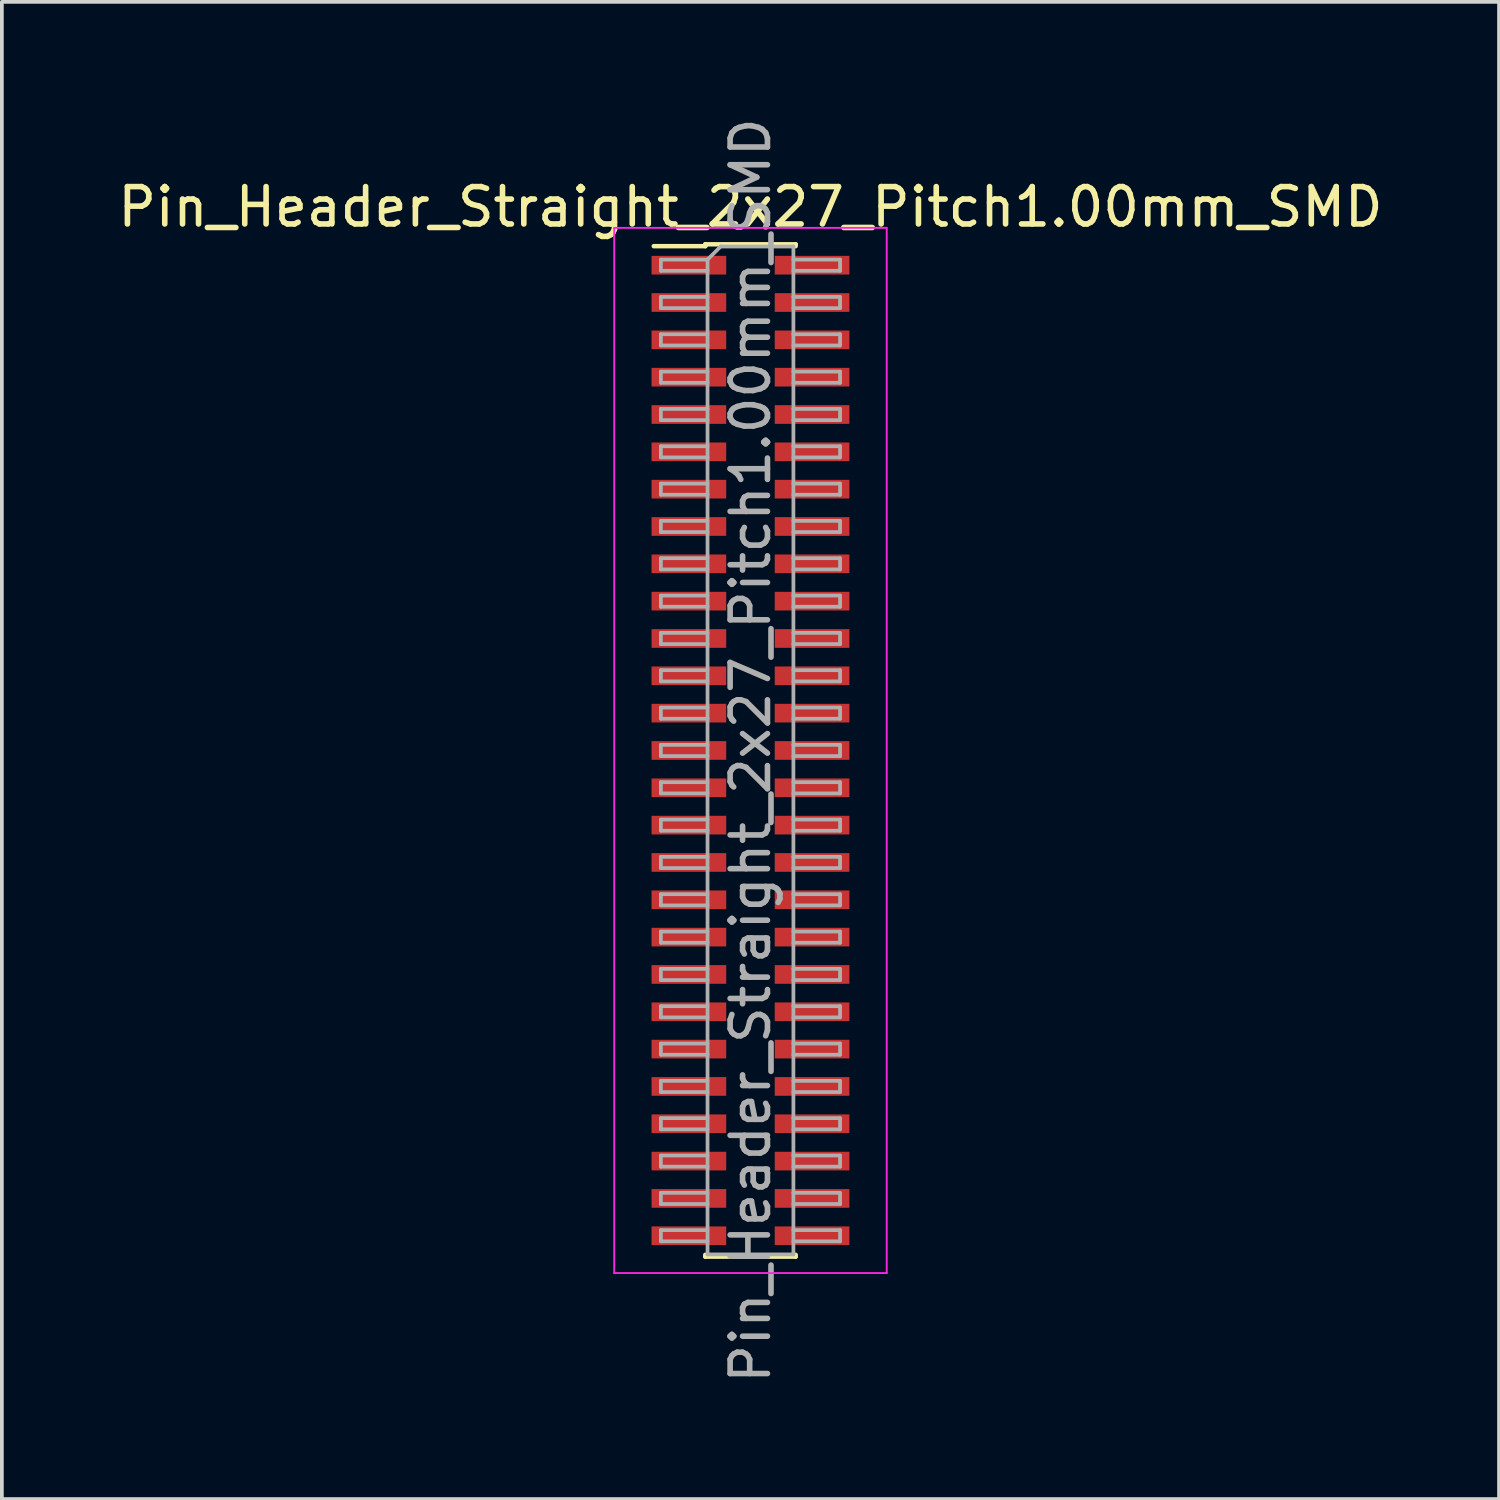
<source format=kicad_pcb>
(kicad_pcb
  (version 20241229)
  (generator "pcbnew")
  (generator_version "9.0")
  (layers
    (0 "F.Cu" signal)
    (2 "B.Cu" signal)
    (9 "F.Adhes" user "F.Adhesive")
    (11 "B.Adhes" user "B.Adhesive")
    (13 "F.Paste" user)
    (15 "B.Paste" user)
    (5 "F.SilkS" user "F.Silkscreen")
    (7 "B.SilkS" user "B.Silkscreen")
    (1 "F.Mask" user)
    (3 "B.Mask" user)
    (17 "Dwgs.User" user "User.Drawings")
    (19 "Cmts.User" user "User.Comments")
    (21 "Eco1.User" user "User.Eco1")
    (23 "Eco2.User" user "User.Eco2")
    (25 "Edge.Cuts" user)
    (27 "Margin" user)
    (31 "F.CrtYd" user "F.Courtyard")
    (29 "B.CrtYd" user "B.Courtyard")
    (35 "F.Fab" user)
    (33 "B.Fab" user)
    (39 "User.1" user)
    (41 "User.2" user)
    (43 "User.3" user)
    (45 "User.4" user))
  (footprint "Pin_Header_Straight_2x27_Pitch1.00mm_SMD"
    (layer "F.Cu")
    (at 17.054 17.054)
    (property "Reference" "Pin_Header_Straight_2x27_Pitch1.00mm_SMD" (at 0 -14.56 0) (layer "F.SilkS") (effects (font (size 1 1) (thickness 0.15))))
    (attr smd)
    (fp_line (start -2.59 -13.51) (end -1.21 -13.51) (stroke (width 0.12) (type solid)) (layer "F.SilkS"))
    (fp_line (start -1.21 -13.56) (end -1.21 -13.51) (stroke (width 0.12) (type solid)) (layer "F.SilkS"))
    (fp_line (start -1.21 -13.56) (end 1.21 -13.56) (stroke (width 0.12) (type solid)) (layer "F.SilkS"))
    (fp_line (start -1.21 13.51) (end -1.21 13.56) (stroke (width 0.12) (type solid)) (layer "F.SilkS"))
    (fp_line (start -1.21 13.56) (end 1.21 13.56) (stroke (width 0.12) (type solid)) (layer "F.SilkS"))
    (fp_line (start 1.21 -13.56) (end 1.21 -13.51) (stroke (width 0.12) (type solid)) (layer "F.SilkS"))
    (fp_line (start 1.21 13.51) (end 1.21 13.56) (stroke (width 0.12) (type solid)) (layer "F.SilkS"))
    (fp_line (start -3.65 -14) (end -3.65 14) (stroke (width 0.05) (type solid)) (layer "F.CrtYd"))
    (fp_line (start -3.65 14) (end 3.65 14) (stroke (width 0.05) (type solid)) (layer "F.CrtYd"))
    (fp_line (start 3.65 -14) (end -3.65 -14) (stroke (width 0.05) (type solid)) (layer "F.CrtYd"))
    (fp_line (start 3.65 14) (end 3.65 -14) (stroke (width 0.05) (type solid)) (layer "F.CrtYd"))
    (fp_line (start -2.4 -13.15) (end -2.4 -12.85) (stroke (width 0.1) (type solid)) (layer "F.Fab"))
    (fp_line (start -2.4 -12.85) (end -1.15 -12.85) (stroke (width 0.1) (type solid)) (layer "F.Fab"))
    (fp_line (start -2.4 -12.15) (end -2.4 -11.85) (stroke (width 0.1) (type solid)) (layer "F.Fab"))
    (fp_line (start -2.4 -11.85) (end -1.15 -11.85) (stroke (width 0.1) (type solid)) (layer "F.Fab"))
    (fp_line (start -2.4 -11.15) (end -2.4 -10.85) (stroke (width 0.1) (type solid)) (layer "F.Fab"))
    (fp_line (start -2.4 -10.85) (end -1.15 -10.85) (stroke (width 0.1) (type solid)) (layer "F.Fab"))
    (fp_line (start -2.4 -10.15) (end -2.4 -9.85) (stroke (width 0.1) (type solid)) (layer "F.Fab"))
    (fp_line (start -2.4 -9.85) (end -1.15 -9.85) (stroke (width 0.1) (type solid)) (layer "F.Fab"))
    (fp_line (start -2.4 -9.15) (end -2.4 -8.85) (stroke (width 0.1) (type solid)) (layer "F.Fab"))
    (fp_line (start -2.4 -8.85) (end -1.15 -8.85) (stroke (width 0.1) (type solid)) (layer "F.Fab"))
    (fp_line (start -2.4 -8.15) (end -2.4 -7.85) (stroke (width 0.1) (type solid)) (layer "F.Fab"))
    (fp_line (start -2.4 -7.85) (end -1.15 -7.85) (stroke (width 0.1) (type solid)) (layer "F.Fab"))
    (fp_line (start -2.4 -7.15) (end -2.4 -6.85) (stroke (width 0.1) (type solid)) (layer "F.Fab"))
    (fp_line (start -2.4 -6.85) (end -1.15 -6.85) (stroke (width 0.1) (type solid)) (layer "F.Fab"))
    (fp_line (start -2.4 -6.15) (end -2.4 -5.85) (stroke (width 0.1) (type solid)) (layer "F.Fab"))
    (fp_line (start -2.4 -5.85) (end -1.15 -5.85) (stroke (width 0.1) (type solid)) (layer "F.Fab"))
    (fp_line (start -2.4 -5.15) (end -2.4 -4.85) (stroke (width 0.1) (type solid)) (layer "F.Fab"))
    (fp_line (start -2.4 -4.85) (end -1.15 -4.85) (stroke (width 0.1) (type solid)) (layer "F.Fab"))
    (fp_line (start -2.4 -4.15) (end -2.4 -3.85) (stroke (width 0.1) (type solid)) (layer "F.Fab"))
    (fp_line (start -2.4 -3.85) (end -1.15 -3.85) (stroke (width 0.1) (type solid)) (layer "F.Fab"))
    (fp_line (start -2.4 -3.15) (end -2.4 -2.85) (stroke (width 0.1) (type solid)) (layer "F.Fab"))
    (fp_line (start -2.4 -2.85) (end -1.15 -2.85) (stroke (width 0.1) (type solid)) (layer "F.Fab"))
    (fp_line (start -2.4 -2.15) (end -2.4 -1.85) (stroke (width 0.1) (type solid)) (layer "F.Fab"))
    (fp_line (start -2.4 -1.85) (end -1.15 -1.85) (stroke (width 0.1) (type solid)) (layer "F.Fab"))
    (fp_line (start -2.4 -1.15) (end -2.4 -0.85) (stroke (width 0.1) (type solid)) (layer "F.Fab"))
    (fp_line (start -2.4 -0.85) (end -1.15 -0.85) (stroke (width 0.1) (type solid)) (layer "F.Fab"))
    (fp_line (start -2.4 -0.15) (end -2.4 0.15) (stroke (width 0.1) (type solid)) (layer "F.Fab"))
    (fp_line (start -2.4 0.15) (end -1.15 0.15) (stroke (width 0.1) (type solid)) (layer "F.Fab"))
    (fp_line (start -2.4 0.85) (end -2.4 1.15) (stroke (width 0.1) (type solid)) (layer "F.Fab"))
    (fp_line (start -2.4 1.15) (end -1.15 1.15) (stroke (width 0.1) (type solid)) (layer "F.Fab"))
    (fp_line (start -2.4 1.85) (end -2.4 2.15) (stroke (width 0.1) (type solid)) (layer "F.Fab"))
    (fp_line (start -2.4 2.15) (end -1.15 2.15) (stroke (width 0.1) (type solid)) (layer "F.Fab"))
    (fp_line (start -2.4 2.85) (end -2.4 3.15) (stroke (width 0.1) (type solid)) (layer "F.Fab"))
    (fp_line (start -2.4 3.15) (end -1.15 3.15) (stroke (width 0.1) (type solid)) (layer "F.Fab"))
    (fp_line (start -2.4 3.85) (end -2.4 4.15) (stroke (width 0.1) (type solid)) (layer "F.Fab"))
    (fp_line (start -2.4 4.15) (end -1.15 4.15) (stroke (width 0.1) (type solid)) (layer "F.Fab"))
    (fp_line (start -2.4 4.85) (end -2.4 5.15) (stroke (width 0.1) (type solid)) (layer "F.Fab"))
    (fp_line (start -2.4 5.15) (end -1.15 5.15) (stroke (width 0.1) (type solid)) (layer "F.Fab"))
    (fp_line (start -2.4 5.85) (end -2.4 6.15) (stroke (width 0.1) (type solid)) (layer "F.Fab"))
    (fp_line (start -2.4 6.15) (end -1.15 6.15) (stroke (width 0.1) (type solid)) (layer "F.Fab"))
    (fp_line (start -2.4 6.85) (end -2.4 7.15) (stroke (width 0.1) (type solid)) (layer "F.Fab"))
    (fp_line (start -2.4 7.15) (end -1.15 7.15) (stroke (width 0.1) (type solid)) (layer "F.Fab"))
    (fp_line (start -2.4 7.85) (end -2.4 8.15) (stroke (width 0.1) (type solid)) (layer "F.Fab"))
    (fp_line (start -2.4 8.15) (end -1.15 8.15) (stroke (width 0.1) (type solid)) (layer "F.Fab"))
    (fp_line (start -2.4 8.85) (end -2.4 9.15) (stroke (width 0.1) (type solid)) (layer "F.Fab"))
    (fp_line (start -2.4 9.15) (end -1.15 9.15) (stroke (width 0.1) (type solid)) (layer "F.Fab"))
    (fp_line (start -2.4 9.85) (end -2.4 10.15) (stroke (width 0.1) (type solid)) (layer "F.Fab"))
    (fp_line (start -2.4 10.15) (end -1.15 10.15) (stroke (width 0.1) (type solid)) (layer "F.Fab"))
    (fp_line (start -2.4 10.85) (end -2.4 11.15) (stroke (width 0.1) (type solid)) (layer "F.Fab"))
    (fp_line (start -2.4 11.15) (end -1.15 11.15) (stroke (width 0.1) (type solid)) (layer "F.Fab"))
    (fp_line (start -2.4 11.85) (end -2.4 12.15) (stroke (width 0.1) (type solid)) (layer "F.Fab"))
    (fp_line (start -2.4 12.15) (end -1.15 12.15) (stroke (width 0.1) (type solid)) (layer "F.Fab"))
    (fp_line (start -2.4 12.85) (end -2.4 13.15) (stroke (width 0.1) (type solid)) (layer "F.Fab"))
    (fp_line (start -2.4 13.15) (end -1.15 13.15) (stroke (width 0.1) (type solid)) (layer "F.Fab"))
    (fp_line (start -1.15 -13.15) (end -2.4 -13.15) (stroke (width 0.1) (type solid)) (layer "F.Fab"))
    (fp_line (start -1.15 -13.15) (end -0.8 -13.5) (stroke (width 0.1) (type solid)) (layer "F.Fab"))
    (fp_line (start -1.15 -12.15) (end -2.4 -12.15) (stroke (width 0.1) (type solid)) (layer "F.Fab"))
    (fp_line (start -1.15 -11.15) (end -2.4 -11.15) (stroke (width 0.1) (type solid)) (layer "F.Fab"))
    (fp_line (start -1.15 -10.15) (end -2.4 -10.15) (stroke (width 0.1) (type solid)) (layer "F.Fab"))
    (fp_line (start -1.15 -9.15) (end -2.4 -9.15) (stroke (width 0.1) (type solid)) (layer "F.Fab"))
    (fp_line (start -1.15 -8.15) (end -2.4 -8.15) (stroke (width 0.1) (type solid)) (layer "F.Fab"))
    (fp_line (start -1.15 -7.15) (end -2.4 -7.15) (stroke (width 0.1) (type solid)) (layer "F.Fab"))
    (fp_line (start -1.15 -6.15) (end -2.4 -6.15) (stroke (width 0.1) (type solid)) (layer "F.Fab"))
    (fp_line (start -1.15 -5.15) (end -2.4 -5.15) (stroke (width 0.1) (type solid)) (layer "F.Fab"))
    (fp_line (start -1.15 -4.15) (end -2.4 -4.15) (stroke (width 0.1) (type solid)) (layer "F.Fab"))
    (fp_line (start -1.15 -3.15) (end -2.4 -3.15) (stroke (width 0.1) (type solid)) (layer "F.Fab"))
    (fp_line (start -1.15 -2.15) (end -2.4 -2.15) (stroke (width 0.1) (type solid)) (layer "F.Fab"))
    (fp_line (start -1.15 -1.15) (end -2.4 -1.15) (stroke (width 0.1) (type solid)) (layer "F.Fab"))
    (fp_line (start -1.15 -0.15) (end -2.4 -0.15) (stroke (width 0.1) (type solid)) (layer "F.Fab"))
    (fp_line (start -1.15 0.85) (end -2.4 0.85) (stroke (width 0.1) (type solid)) (layer "F.Fab"))
    (fp_line (start -1.15 1.85) (end -2.4 1.85) (stroke (width 0.1) (type solid)) (layer "F.Fab"))
    (fp_line (start -1.15 2.85) (end -2.4 2.85) (stroke (width 0.1) (type solid)) (layer "F.Fab"))
    (fp_line (start -1.15 3.85) (end -2.4 3.85) (stroke (width 0.1) (type solid)) (layer "F.Fab"))
    (fp_line (start -1.15 4.85) (end -2.4 4.85) (stroke (width 0.1) (type solid)) (layer "F.Fab"))
    (fp_line (start -1.15 5.85) (end -2.4 5.85) (stroke (width 0.1) (type solid)) (layer "F.Fab"))
    (fp_line (start -1.15 6.85) (end -2.4 6.85) (stroke (width 0.1) (type solid)) (layer "F.Fab"))
    (fp_line (start -1.15 7.85) (end -2.4 7.85) (stroke (width 0.1) (type solid)) (layer "F.Fab"))
    (fp_line (start -1.15 8.85) (end -2.4 8.85) (stroke (width 0.1) (type solid)) (layer "F.Fab"))
    (fp_line (start -1.15 9.85) (end -2.4 9.85) (stroke (width 0.1) (type solid)) (layer "F.Fab"))
    (fp_line (start -1.15 10.85) (end -2.4 10.85) (stroke (width 0.1) (type solid)) (layer "F.Fab"))
    (fp_line (start -1.15 11.85) (end -2.4 11.85) (stroke (width 0.1) (type solid)) (layer "F.Fab"))
    (fp_line (start -1.15 12.85) (end -2.4 12.85) (stroke (width 0.1) (type solid)) (layer "F.Fab"))
    (fp_line (start -1.15 13.5) (end -1.15 -13.15) (stroke (width 0.1) (type solid)) (layer "F.Fab"))
    (fp_line (start -0.8 -13.5) (end 1.15 -13.5) (stroke (width 0.1) (type solid)) (layer "F.Fab"))
    (fp_line (start 1.15 -13.5) (end 1.15 13.5) (stroke (width 0.1) (type solid)) (layer "F.Fab"))
    (fp_line (start 1.15 -13.15) (end 2.4 -13.15) (stroke (width 0.1) (type solid)) (layer "F.Fab"))
    (fp_line (start 1.15 -12.15) (end 2.4 -12.15) (stroke (width 0.1) (type solid)) (layer "F.Fab"))
    (fp_line (start 1.15 -11.15) (end 2.4 -11.15) (stroke (width 0.1) (type solid)) (layer "F.Fab"))
    (fp_line (start 1.15 -10.15) (end 2.4 -10.15) (stroke (width 0.1) (type solid)) (layer "F.Fab"))
    (fp_line (start 1.15 -9.15) (end 2.4 -9.15) (stroke (width 0.1) (type solid)) (layer "F.Fab"))
    (fp_line (start 1.15 -8.15) (end 2.4 -8.15) (stroke (width 0.1) (type solid)) (layer "F.Fab"))
    (fp_line (start 1.15 -7.15) (end 2.4 -7.15) (stroke (width 0.1) (type solid)) (layer "F.Fab"))
    (fp_line (start 1.15 -6.15) (end 2.4 -6.15) (stroke (width 0.1) (type solid)) (layer "F.Fab"))
    (fp_line (start 1.15 -5.15) (end 2.4 -5.15) (stroke (width 0.1) (type solid)) (layer "F.Fab"))
    (fp_line (start 1.15 -4.15) (end 2.4 -4.15) (stroke (width 0.1) (type solid)) (layer "F.Fab"))
    (fp_line (start 1.15 -3.15) (end 2.4 -3.15) (stroke (width 0.1) (type solid)) (layer "F.Fab"))
    (fp_line (start 1.15 -2.15) (end 2.4 -2.15) (stroke (width 0.1) (type solid)) (layer "F.Fab"))
    (fp_line (start 1.15 -1.15) (end 2.4 -1.15) (stroke (width 0.1) (type solid)) (layer "F.Fab"))
    (fp_line (start 1.15 -0.15) (end 2.4 -0.15) (stroke (width 0.1) (type solid)) (layer "F.Fab"))
    (fp_line (start 1.15 0.85) (end 2.4 0.85) (stroke (width 0.1) (type solid)) (layer "F.Fab"))
    (fp_line (start 1.15 1.85) (end 2.4 1.85) (stroke (width 0.1) (type solid)) (layer "F.Fab"))
    (fp_line (start 1.15 2.85) (end 2.4 2.85) (stroke (width 0.1) (type solid)) (layer "F.Fab"))
    (fp_line (start 1.15 3.85) (end 2.4 3.85) (stroke (width 0.1) (type solid)) (layer "F.Fab"))
    (fp_line (start 1.15 4.85) (end 2.4 4.85) (stroke (width 0.1) (type solid)) (layer "F.Fab"))
    (fp_line (start 1.15 5.85) (end 2.4 5.85) (stroke (width 0.1) (type solid)) (layer "F.Fab"))
    (fp_line (start 1.15 6.85) (end 2.4 6.85) (stroke (width 0.1) (type solid)) (layer "F.Fab"))
    (fp_line (start 1.15 7.85) (end 2.4 7.85) (stroke (width 0.1) (type solid)) (layer "F.Fab"))
    (fp_line (start 1.15 8.85) (end 2.4 8.85) (stroke (width 0.1) (type solid)) (layer "F.Fab"))
    (fp_line (start 1.15 9.85) (end 2.4 9.85) (stroke (width 0.1) (type solid)) (layer "F.Fab"))
    (fp_line (start 1.15 10.85) (end 2.4 10.85) (stroke (width 0.1) (type solid)) (layer "F.Fab"))
    (fp_line (start 1.15 11.85) (end 2.4 11.85) (stroke (width 0.1) (type solid)) (layer "F.Fab"))
    (fp_line (start 1.15 12.85) (end 2.4 12.85) (stroke (width 0.1) (type solid)) (layer "F.Fab"))
    (fp_line (start 1.15 13.5) (end -1.15 13.5) (stroke (width 0.1) (type solid)) (layer "F.Fab"))
    (fp_line (start 2.4 -13.15) (end 2.4 -12.85) (stroke (width 0.1) (type solid)) (layer "F.Fab"))
    (fp_line (start 2.4 -12.85) (end 1.15 -12.85) (stroke (width 0.1) (type solid)) (layer "F.Fab"))
    (fp_line (start 2.4 -12.15) (end 2.4 -11.85) (stroke (width 0.1) (type solid)) (layer "F.Fab"))
    (fp_line (start 2.4 -11.85) (end 1.15 -11.85) (stroke (width 0.1) (type solid)) (layer "F.Fab"))
    (fp_line (start 2.4 -11.15) (end 2.4 -10.85) (stroke (width 0.1) (type solid)) (layer "F.Fab"))
    (fp_line (start 2.4 -10.85) (end 1.15 -10.85) (stroke (width 0.1) (type solid)) (layer "F.Fab"))
    (fp_line (start 2.4 -10.15) (end 2.4 -9.85) (stroke (width 0.1) (type solid)) (layer "F.Fab"))
    (fp_line (start 2.4 -9.85) (end 1.15 -9.85) (stroke (width 0.1) (type solid)) (layer "F.Fab"))
    (fp_line (start 2.4 -9.15) (end 2.4 -8.85) (stroke (width 0.1) (type solid)) (layer "F.Fab"))
    (fp_line (start 2.4 -8.85) (end 1.15 -8.85) (stroke (width 0.1) (type solid)) (layer "F.Fab"))
    (fp_line (start 2.4 -8.15) (end 2.4 -7.85) (stroke (width 0.1) (type solid)) (layer "F.Fab"))
    (fp_line (start 2.4 -7.85) (end 1.15 -7.85) (stroke (width 0.1) (type solid)) (layer "F.Fab"))
    (fp_line (start 2.4 -7.15) (end 2.4 -6.85) (stroke (width 0.1) (type solid)) (layer "F.Fab"))
    (fp_line (start 2.4 -6.85) (end 1.15 -6.85) (stroke (width 0.1) (type solid)) (layer "F.Fab"))
    (fp_line (start 2.4 -6.15) (end 2.4 -5.85) (stroke (width 0.1) (type solid)) (layer "F.Fab"))
    (fp_line (start 2.4 -5.85) (end 1.15 -5.85) (stroke (width 0.1) (type solid)) (layer "F.Fab"))
    (fp_line (start 2.4 -5.15) (end 2.4 -4.85) (stroke (width 0.1) (type solid)) (layer "F.Fab"))
    (fp_line (start 2.4 -4.85) (end 1.15 -4.85) (stroke (width 0.1) (type solid)) (layer "F.Fab"))
    (fp_line (start 2.4 -4.15) (end 2.4 -3.85) (stroke (width 0.1) (type solid)) (layer "F.Fab"))
    (fp_line (start 2.4 -3.85) (end 1.15 -3.85) (stroke (width 0.1) (type solid)) (layer "F.Fab"))
    (fp_line (start 2.4 -3.15) (end 2.4 -2.85) (stroke (width 0.1) (type solid)) (layer "F.Fab"))
    (fp_line (start 2.4 -2.85) (end 1.15 -2.85) (stroke (width 0.1) (type solid)) (layer "F.Fab"))
    (fp_line (start 2.4 -2.15) (end 2.4 -1.85) (stroke (width 0.1) (type solid)) (layer "F.Fab"))
    (fp_line (start 2.4 -1.85) (end 1.15 -1.85) (stroke (width 0.1) (type solid)) (layer "F.Fab"))
    (fp_line (start 2.4 -1.15) (end 2.4 -0.85) (stroke (width 0.1) (type solid)) (layer "F.Fab"))
    (fp_line (start 2.4 -0.85) (end 1.15 -0.85) (stroke (width 0.1) (type solid)) (layer "F.Fab"))
    (fp_line (start 2.4 -0.15) (end 2.4 0.15) (stroke (width 0.1) (type solid)) (layer "F.Fab"))
    (fp_line (start 2.4 0.15) (end 1.15 0.15) (stroke (width 0.1) (type solid)) (layer "F.Fab"))
    (fp_line (start 2.4 0.85) (end 2.4 1.15) (stroke (width 0.1) (type solid)) (layer "F.Fab"))
    (fp_line (start 2.4 1.15) (end 1.15 1.15) (stroke (width 0.1) (type solid)) (layer "F.Fab"))
    (fp_line (start 2.4 1.85) (end 2.4 2.15) (stroke (width 0.1) (type solid)) (layer "F.Fab"))
    (fp_line (start 2.4 2.15) (end 1.15 2.15) (stroke (width 0.1) (type solid)) (layer "F.Fab"))
    (fp_line (start 2.4 2.85) (end 2.4 3.15) (stroke (width 0.1) (type solid)) (layer "F.Fab"))
    (fp_line (start 2.4 3.15) (end 1.15 3.15) (stroke (width 0.1) (type solid)) (layer "F.Fab"))
    (fp_line (start 2.4 3.85) (end 2.4 4.15) (stroke (width 0.1) (type solid)) (layer "F.Fab"))
    (fp_line (start 2.4 4.15) (end 1.15 4.15) (stroke (width 0.1) (type solid)) (layer "F.Fab"))
    (fp_line (start 2.4 4.85) (end 2.4 5.15) (stroke (width 0.1) (type solid)) (layer "F.Fab"))
    (fp_line (start 2.4 5.15) (end 1.15 5.15) (stroke (width 0.1) (type solid)) (layer "F.Fab"))
    (fp_line (start 2.4 5.85) (end 2.4 6.15) (stroke (width 0.1) (type solid)) (layer "F.Fab"))
    (fp_line (start 2.4 6.15) (end 1.15 6.15) (stroke (width 0.1) (type solid)) (layer "F.Fab"))
    (fp_line (start 2.4 6.85) (end 2.4 7.15) (stroke (width 0.1) (type solid)) (layer "F.Fab"))
    (fp_line (start 2.4 7.15) (end 1.15 7.15) (stroke (width 0.1) (type solid)) (layer "F.Fab"))
    (fp_line (start 2.4 7.85) (end 2.4 8.15) (stroke (width 0.1) (type solid)) (layer "F.Fab"))
    (fp_line (start 2.4 8.15) (end 1.15 8.15) (stroke (width 0.1) (type solid)) (layer "F.Fab"))
    (fp_line (start 2.4 8.85) (end 2.4 9.15) (stroke (width 0.1) (type solid)) (layer "F.Fab"))
    (fp_line (start 2.4 9.15) (end 1.15 9.15) (stroke (width 0.1) (type solid)) (layer "F.Fab"))
    (fp_line (start 2.4 9.85) (end 2.4 10.15) (stroke (width 0.1) (type solid)) (layer "F.Fab"))
    (fp_line (start 2.4 10.15) (end 1.15 10.15) (stroke (width 0.1) (type solid)) (layer "F.Fab"))
    (fp_line (start 2.4 10.85) (end 2.4 11.15) (stroke (width 0.1) (type solid)) (layer "F.Fab"))
    (fp_line (start 2.4 11.15) (end 1.15 11.15) (stroke (width 0.1) (type solid)) (layer "F.Fab"))
    (fp_line (start 2.4 11.85) (end 2.4 12.15) (stroke (width 0.1) (type solid)) (layer "F.Fab"))
    (fp_line (start 2.4 12.15) (end 1.15 12.15) (stroke (width 0.1) (type solid)) (layer "F.Fab"))
    (fp_line (start 2.4 12.85) (end 2.4 13.15) (stroke (width 0.1) (type solid)) (layer "F.Fab"))
    (fp_line (start 2.4 13.15) (end 1.15 13.15) (stroke (width 0.1) (type solid)) (layer "F.Fab"))
    (fp_text user "${REFERENCE}" (at 0 0 90) (layer "F.Fab") (effects (font (size 1 1) (thickness 0.15))))
    (pad "1" smd rect (at -1.65 -13) (size 2 0.5) (layers "F.Cu" "F.Mask" "F.Paste"))
    (pad "2" smd rect (at 1.65 -13) (size 2 0.5) (layers "F.Cu" "F.Mask" "F.Paste"))
    (pad "3" smd rect (at -1.65 -12) (size 2 0.5) (layers "F.Cu" "F.Mask" "F.Paste"))
    (pad "4" smd rect (at 1.65 -12) (size 2 0.5) (layers "F.Cu" "F.Mask" "F.Paste"))
    (pad "5" smd rect (at -1.65 -11) (size 2 0.5) (layers "F.Cu" "F.Mask" "F.Paste"))
    (pad "6" smd rect (at 1.65 -11) (size 2 0.5) (layers "F.Cu" "F.Mask" "F.Paste"))
    (pad "7" smd rect (at -1.65 -10) (size 2 0.5) (layers "F.Cu" "F.Mask" "F.Paste"))
    (pad "8" smd rect (at 1.65 -10) (size 2 0.5) (layers "F.Cu" "F.Mask" "F.Paste"))
    (pad "9" smd rect (at -1.65 -9) (size 2 0.5) (layers "F.Cu" "F.Mask" "F.Paste"))
    (pad "10" smd rect (at 1.65 -9) (size 2 0.5) (layers "F.Cu" "F.Mask" "F.Paste"))
    (pad "11" smd rect (at -1.65 -8) (size 2 0.5) (layers "F.Cu" "F.Mask" "F.Paste"))
    (pad "12" smd rect (at 1.65 -8) (size 2 0.5) (layers "F.Cu" "F.Mask" "F.Paste"))
    (pad "13" smd rect (at -1.65 -7) (size 2 0.5) (layers "F.Cu" "F.Mask" "F.Paste"))
    (pad "14" smd rect (at 1.65 -7) (size 2 0.5) (layers "F.Cu" "F.Mask" "F.Paste"))
    (pad "15" smd rect (at -1.65 -6) (size 2 0.5) (layers "F.Cu" "F.Mask" "F.Paste"))
    (pad "16" smd rect (at 1.65 -6) (size 2 0.5) (layers "F.Cu" "F.Mask" "F.Paste"))
    (pad "17" smd rect (at -1.65 -5) (size 2 0.5) (layers "F.Cu" "F.Mask" "F.Paste"))
    (pad "18" smd rect (at 1.65 -5) (size 2 0.5) (layers "F.Cu" "F.Mask" "F.Paste"))
    (pad "19" smd rect (at -1.65 -4) (size 2 0.5) (layers "F.Cu" "F.Mask" "F.Paste"))
    (pad "20" smd rect (at 1.65 -4) (size 2 0.5) (layers "F.Cu" "F.Mask" "F.Paste"))
    (pad "21" smd rect (at -1.65 -3) (size 2 0.5) (layers "F.Cu" "F.Mask" "F.Paste"))
    (pad "22" smd rect (at 1.65 -3) (size 2 0.5) (layers "F.Cu" "F.Mask" "F.Paste"))
    (pad "23" smd rect (at -1.65 -2) (size 2 0.5) (layers "F.Cu" "F.Mask" "F.Paste"))
    (pad "24" smd rect (at 1.65 -2) (size 2 0.5) (layers "F.Cu" "F.Mask" "F.Paste"))
    (pad "25" smd rect (at -1.65 -1) (size 2 0.5) (layers "F.Cu" "F.Mask" "F.Paste"))
    (pad "26" smd rect (at 1.65 -1) (size 2 0.5) (layers "F.Cu" "F.Mask" "F.Paste"))
    (pad "27" smd rect (at -1.65 0) (size 2 0.5) (layers "F.Cu" "F.Mask" "F.Paste"))
    (pad "28" smd rect (at 1.65 0) (size 2 0.5) (layers "F.Cu" "F.Mask" "F.Paste"))
    (pad "29" smd rect (at -1.65 1) (size 2 0.5) (layers "F.Cu" "F.Mask" "F.Paste"))
    (pad "30" smd rect (at 1.65 1) (size 2 0.5) (layers "F.Cu" "F.Mask" "F.Paste"))
    (pad "31" smd rect (at -1.65 2) (size 2 0.5) (layers "F.Cu" "F.Mask" "F.Paste"))
    (pad "32" smd rect (at 1.65 2) (size 2 0.5) (layers "F.Cu" "F.Mask" "F.Paste"))
    (pad "33" smd rect (at -1.65 3) (size 2 0.5) (layers "F.Cu" "F.Mask" "F.Paste"))
    (pad "34" smd rect (at 1.65 3) (size 2 0.5) (layers "F.Cu" "F.Mask" "F.Paste"))
    (pad "35" smd rect (at -1.65 4) (size 2 0.5) (layers "F.Cu" "F.Mask" "F.Paste"))
    (pad "36" smd rect (at 1.65 4) (size 2 0.5) (layers "F.Cu" "F.Mask" "F.Paste"))
    (pad "37" smd rect (at -1.65 5) (size 2 0.5) (layers "F.Cu" "F.Mask" "F.Paste"))
    (pad "38" smd rect (at 1.65 5) (size 2 0.5) (layers "F.Cu" "F.Mask" "F.Paste"))
    (pad "39" smd rect (at -1.65 6) (size 2 0.5) (layers "F.Cu" "F.Mask" "F.Paste"))
    (pad "40" smd rect (at 1.65 6) (size 2 0.5) (layers "F.Cu" "F.Mask" "F.Paste"))
    (pad "41" smd rect (at -1.65 7) (size 2 0.5) (layers "F.Cu" "F.Mask" "F.Paste"))
    (pad "42" smd rect (at 1.65 7) (size 2 0.5) (layers "F.Cu" "F.Mask" "F.Paste"))
    (pad "43" smd rect (at -1.65 8) (size 2 0.5) (layers "F.Cu" "F.Mask" "F.Paste"))
    (pad "44" smd rect (at 1.65 8) (size 2 0.5) (layers "F.Cu" "F.Mask" "F.Paste"))
    (pad "45" smd rect (at -1.65 9) (size 2 0.5) (layers "F.Cu" "F.Mask" "F.Paste"))
    (pad "46" smd rect (at 1.65 9) (size 2 0.5) (layers "F.Cu" "F.Mask" "F.Paste"))
    (pad "47" smd rect (at -1.65 10) (size 2 0.5) (layers "F.Cu" "F.Mask" "F.Paste"))
    (pad "48" smd rect (at 1.65 10) (size 2 0.5) (layers "F.Cu" "F.Mask" "F.Paste"))
    (pad "49" smd rect (at -1.65 11) (size 2 0.5) (layers "F.Cu" "F.Mask" "F.Paste"))
    (pad "50" smd rect (at 1.65 11) (size 2 0.5) (layers "F.Cu" "F.Mask" "F.Paste"))
    (pad "51" smd rect (at -1.65 12) (size 2 0.5) (layers "F.Cu" "F.Mask" "F.Paste"))
    (pad "52" smd rect (at 1.65 12) (size 2 0.5) (layers "F.Cu" "F.Mask" "F.Paste"))
    (pad "53" smd rect (at -1.65 13) (size 2 0.5) (layers "F.Cu" "F.Mask" "F.Paste"))
    (pad "54" smd rect (at 1.65 13) (size 2 0.5) (layers "F.Cu" "F.Mask" "F.Paste")))
  (gr_rect
    (start -3 -3)
    (end 37.107 37.107)
    (stroke (width 0.1) (type default))
    (fill no)
    (layer "Edge.Cuts")))
</source>
